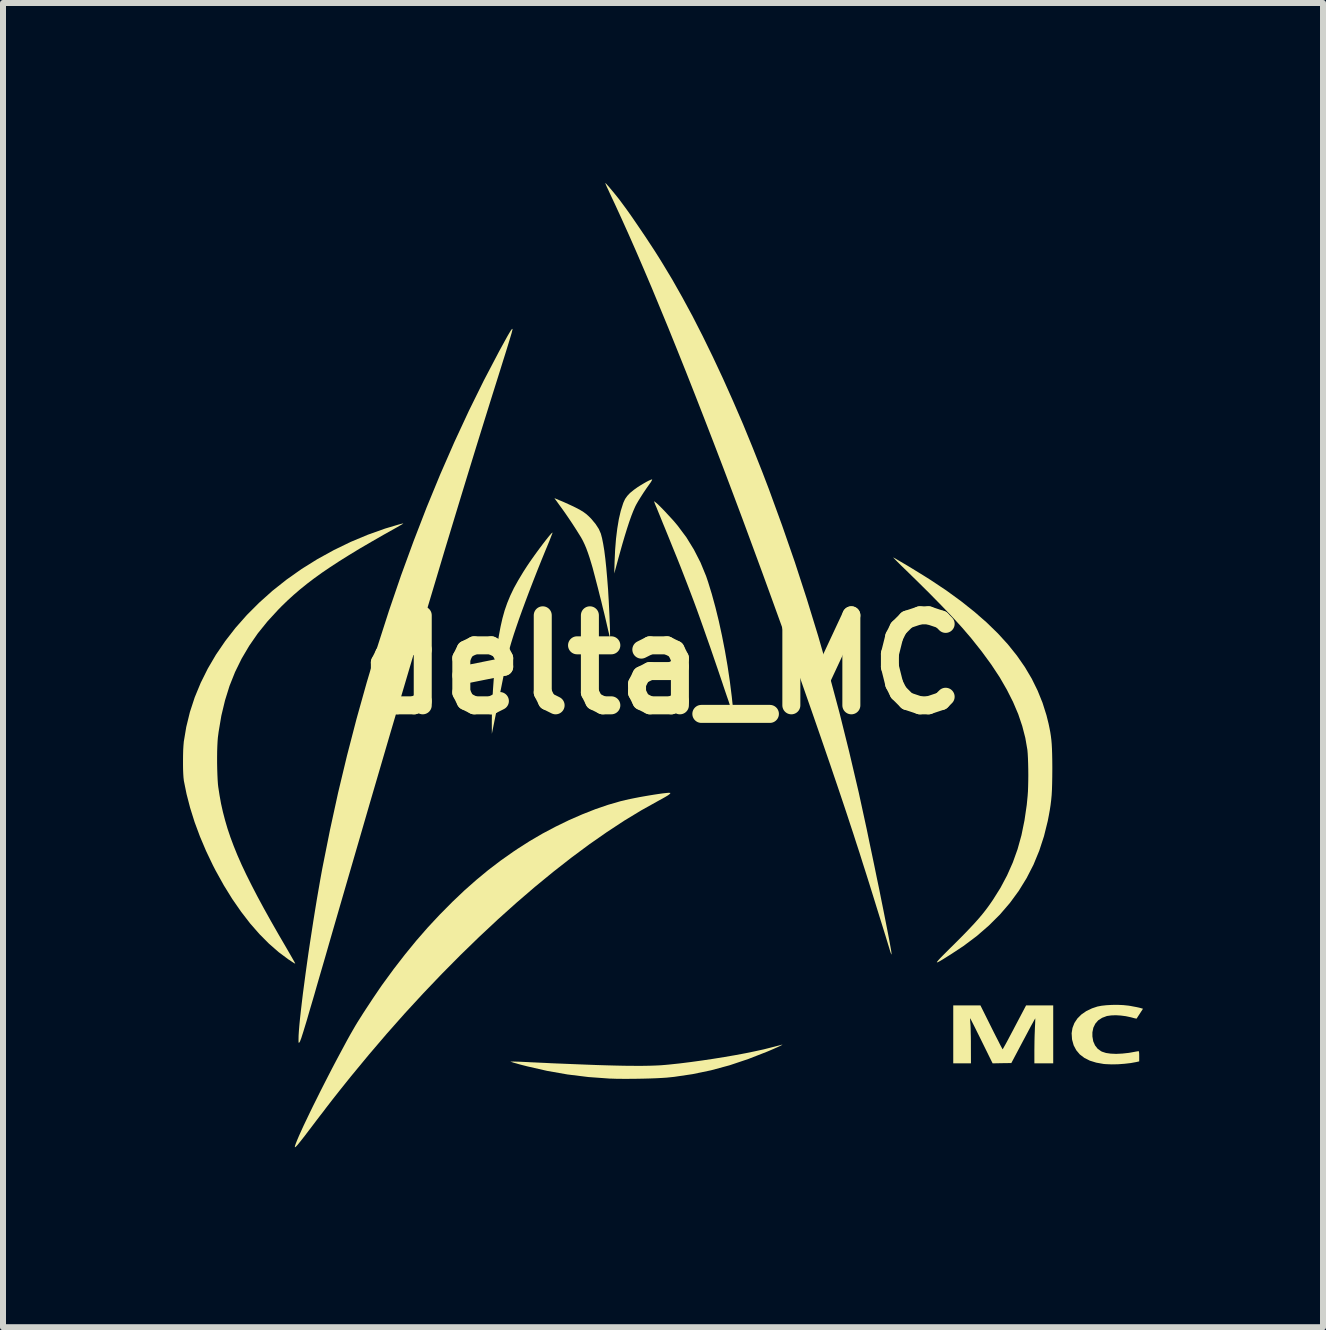
<source format=kicad_pcb>
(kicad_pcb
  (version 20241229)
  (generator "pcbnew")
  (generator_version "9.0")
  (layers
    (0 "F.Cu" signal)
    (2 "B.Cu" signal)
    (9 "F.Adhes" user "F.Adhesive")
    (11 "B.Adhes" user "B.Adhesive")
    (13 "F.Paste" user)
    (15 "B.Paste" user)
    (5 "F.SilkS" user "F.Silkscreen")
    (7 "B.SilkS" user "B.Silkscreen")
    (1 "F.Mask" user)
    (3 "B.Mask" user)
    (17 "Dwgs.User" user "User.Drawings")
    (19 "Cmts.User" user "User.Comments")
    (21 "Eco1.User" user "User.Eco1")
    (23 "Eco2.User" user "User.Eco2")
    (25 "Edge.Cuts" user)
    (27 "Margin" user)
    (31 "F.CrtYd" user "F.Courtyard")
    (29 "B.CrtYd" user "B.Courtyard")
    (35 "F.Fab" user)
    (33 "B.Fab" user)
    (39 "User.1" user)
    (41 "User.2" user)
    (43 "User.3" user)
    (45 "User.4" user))
  (footprint "delta_MC"
    (layer "F.Cu")
    (at 7.995 8.026)
    (property "Reference" "delta_MC" (at 0 0 0) (layer "F.SilkS") (effects (font (size 1.5 1.5) (thickness 0.3))))
    (attr board_only exclude_from_pos_files exclude_from_bom)
    (fp_poly (pts (xy -0.869 -0.442) (xy -0.874 -0.437) (xy -0.879 -0.442) (xy -0.874 -0.447)) (stroke (width 0) (type solid)) (fill yes) (layer "F.SilkS"))
    (fp_poly (pts (xy -0.177 -3.087) (xy -0.178 -3.078) (xy -0.189 -3.057) (xy -0.207 -3.028) (xy -0.212 -3.022) (xy -0.268 -2.943) (xy -0.321 -2.865) (xy -0.369 -2.79) (xy -0.411 -2.722) (xy -0.444 -2.664) (xy -0.461 -2.63) (xy -0.492 -2.559) (xy -0.524 -2.477) (xy -0.558 -2.381) (xy -0.594 -2.271) (xy -0.633 -2.145) (xy -0.675 -2.003) (xy -0.72 -1.842) (xy -0.742 -1.763) (xy -0.808 -1.519) (xy -0.803 -1.712) (xy -0.794 -1.911) (xy -0.779 -2.097) (xy -0.758 -2.268) (xy -0.732 -2.424) (xy -0.7 -2.562) (xy -0.662 -2.682) (xy -0.654 -2.704) (xy -0.628 -2.76) (xy -0.592 -2.811) (xy -0.546 -2.86) (xy -0.484 -2.911) (xy -0.418 -2.958) (xy -0.369 -2.989) (xy -0.319 -3.019) (xy -0.272 -3.046) (xy -0.231 -3.067) (xy -0.199 -3.081) (xy -0.179 -3.087)) (stroke (width 0) (type solid)) (fill yes) (layer "F.SilkS"))
    (fp_poly (pts (xy -1.839 -2.191) (xy -1.849 -2.165) (xy -1.865 -2.124) (xy -1.885 -2.072) (xy -1.91 -2.011) (xy -1.938 -1.943) (xy -1.945 -1.927) (xy -2.017 -1.751) (xy -2.088 -1.574) (xy -2.157 -1.398) (xy -2.223 -1.227) (xy -2.285 -1.062) (xy -2.343 -0.905) (xy -2.396 -0.758) (xy -2.442 -0.624) (xy -2.482 -0.505) (xy -2.508 -0.422) (xy -2.521 -0.38) (xy -2.533 -0.34) (xy -2.544 -0.301) (xy -2.555 -0.26) (xy -2.566 -0.216) (xy -2.577 -0.168) (xy -2.59 -0.113) (xy -2.604 -0.05) (xy -2.619 0.024) (xy -2.637 0.109) (xy -2.657 0.207) (xy -2.68 0.321) (xy -2.706 0.451) (xy -2.728 0.559) (xy -2.848 1.153) (xy -2.849 0.96) (xy -2.847 0.795) (xy -2.841 0.615) (xy -2.83 0.425) (xy -2.816 0.231) (xy -2.798 0.036) (xy -2.778 -0.153) (xy -2.754 -0.332) (xy -2.733 -0.472) (xy -2.704 -0.628) (xy -2.672 -0.77) (xy -2.635 -0.903) (xy -2.591 -1.029) (xy -2.54 -1.152) (xy -2.48 -1.277) (xy -2.408 -1.406) (xy -2.325 -1.544) (xy -2.266 -1.636) (xy -2.227 -1.694) (xy -2.184 -1.756) (xy -2.138 -1.821) (xy -2.09 -1.887) (xy -2.042 -1.952) (xy -1.996 -2.013) (xy -1.953 -2.069) (xy -1.914 -2.118) (xy -1.882 -2.157) (xy -1.857 -2.185) (xy -1.841 -2.199) (xy -1.837 -2.201)) (stroke (width 0) (type solid)) (fill yes) (layer "F.SilkS"))
    (fp_poly (pts (xy -0.119 -2.704) (xy -0.096 -2.685) (xy -0.063 -2.654) (xy -0.022 -2.613) (xy 0.025 -2.565) (xy 0.074 -2.512) (xy 0.124 -2.458) (xy 0.172 -2.406) (xy 0.214 -2.357) (xy 0.248 -2.316) (xy 0.393 -2.122) (xy 0.519 -1.917) (xy 0.629 -1.702) (xy 0.722 -1.476) (xy 0.755 -1.379) (xy 0.817 -1.177) (xy 0.877 -0.958) (xy 0.934 -0.726) (xy 0.987 -0.482) (xy 1.036 -0.232) (xy 1.08 0.023) (xy 1.118 0.279) (xy 1.15 0.533) (xy 1.162 0.646) (xy 1.17 0.718) (xy 1.174 0.772) (xy 1.177 0.808) (xy 1.177 0.828) (xy 1.175 0.833) (xy 1.17 0.825) (xy 1.169 0.822) (xy 1.165 0.81) (xy 1.155 0.78) (xy 1.139 0.735) (xy 1.119 0.677) (xy 1.096 0.606) (xy 1.068 0.526) (xy 1.038 0.438) (xy 1.006 0.343) (xy 0.997 0.315) (xy 0.924 0.099) (xy 0.856 -0.099) (xy 0.793 -0.283) (xy 0.733 -0.453) (xy 0.677 -0.613) (xy 0.623 -0.765) (xy 0.571 -0.91) (xy 0.519 -1.051) (xy 0.466 -1.191) (xy 0.413 -1.33) (xy 0.358 -1.472) (xy 0.301 -1.619) (xy 0.24 -1.772) (xy 0.174 -1.934) (xy 0.104 -2.107) (xy 0.028 -2.294) (xy 0.01 -2.337) (xy -0.022 -2.416) (xy -0.052 -2.49) (xy -0.079 -2.556) (xy -0.102 -2.613) (xy -0.121 -2.657) (xy -0.133 -2.688) (xy -0.138 -2.701) (xy -0.147 -2.724)) (stroke (width 0) (type solid)) (fill yes) (layer "F.SilkS"))
    (fp_poly (pts (xy -1.772 -2.76) (xy -1.661 -2.714) (xy -1.568 -2.672) (xy -1.49 -2.636) (xy -1.424 -2.603) (xy -1.368 -2.572) (xy -1.321 -2.543) (xy -1.28 -2.513) (xy -1.243 -2.481) (xy -1.208 -2.447) (xy -1.19 -2.428) (xy -1.118 -2.341) (xy -1.065 -2.259) (xy -1.032 -2.183) (xy -1.012 -2.108) (xy -0.993 -2.013) (xy -0.974 -1.898) (xy -0.957 -1.763) (xy -0.941 -1.61) (xy -0.926 -1.437) (xy -0.911 -1.246) (xy -0.905 -1.138) (xy -0.9 -1.059) (xy -0.896 -0.976) (xy -0.892 -0.892) (xy -0.888 -0.809) (xy -0.885 -0.729) (xy -0.882 -0.655) (xy -0.88 -0.589) (xy -0.879 -0.534) (xy -0.878 -0.492) (xy -0.879 -0.466) (xy -0.88 -0.457) (xy -0.884 -0.467) (xy -0.891 -0.492) (xy -0.9 -0.531) (xy -0.912 -0.58) (xy -0.918 -0.607) (xy -0.934 -0.677) (xy -0.953 -0.759) (xy -0.975 -0.852) (xy -1 -0.951) (xy -1.025 -1.056) (xy -1.052 -1.161) (xy -1.078 -1.266) (xy -1.104 -1.365) (xy -1.128 -1.458) (xy -1.15 -1.541) (xy -1.168 -1.61) (xy -1.184 -1.664) (xy -1.188 -1.678) (xy -1.219 -1.78) (xy -1.248 -1.866) (xy -1.275 -1.939) (xy -1.302 -2.003) (xy -1.33 -2.062) (xy -1.361 -2.119) (xy -1.381 -2.151) (xy -1.439 -2.244) (xy -1.502 -2.342) (xy -1.567 -2.439) (xy -1.63 -2.531) (xy -1.687 -2.611) (xy -1.691 -2.616) (xy -1.721 -2.657) (xy -1.749 -2.696) (xy -1.771 -2.727) (xy -1.782 -2.741) (xy -1.806 -2.775)) (stroke (width 0) (type solid)) (fill yes) (layer "F.SilkS"))
    (fp_poly (pts (xy 5.476 6.045) (xy 5.516 6.125) (xy 5.553 6.198) (xy 5.587 6.264) (xy 5.615 6.32) (xy 5.638 6.364) (xy 5.655 6.395) (xy 5.663 6.41) (xy 5.664 6.411) (xy 5.67 6.402) (xy 5.684 6.377) (xy 5.706 6.338) (xy 5.734 6.287) (xy 5.767 6.225) (xy 5.804 6.155) (xy 5.845 6.078) (xy 5.862 6.045) (xy 6.055 5.679) (xy 6.281 5.679) (xy 6.507 5.679) (xy 6.507 6.162) (xy 6.507 6.645) (xy 6.35 6.645) (xy 6.193 6.645) (xy 6.193 6.424) (xy 6.194 6.346) (xy 6.195 6.263) (xy 6.197 6.182) (xy 6.2 6.109) (xy 6.202 6.05) (xy 6.205 5.997) (xy 6.207 5.951) (xy 6.208 5.917) (xy 6.208 5.898) (xy 6.208 5.895) (xy 6.203 5.903) (xy 6.189 5.927) (xy 6.168 5.966) (xy 6.14 6.016) (xy 6.107 6.078) (xy 6.07 6.148) (xy 6.029 6.225) (xy 6.007 6.266) (xy 5.809 6.64) (xy 5.653 6.642) (xy 5.497 6.645) (xy 5.311 6.267) (xy 5.271 6.186) (xy 5.234 6.112) (xy 5.201 6.045) (xy 5.172 5.988) (xy 5.149 5.943) (xy 5.133 5.911) (xy 5.124 5.895) (xy 5.122 5.894) (xy 5.122 5.905) (xy 5.123 5.932) (xy 5.125 5.969) (xy 5.127 5.984) (xy 5.129 6.018) (xy 5.131 6.068) (xy 5.132 6.131) (xy 5.134 6.203) (xy 5.135 6.281) (xy 5.135 6.358) (xy 5.136 6.645) (xy 4.989 6.645) (xy 4.841 6.645) (xy 4.841 6.162) (xy 4.841 5.679) (xy 5.067 5.679) (xy 5.294 5.679)) (stroke (width 0) (type solid)) (fill yes) (layer "F.SilkS"))
    (fp_poly (pts (xy 1.984 6.34) (xy 1.958 6.354) (xy 1.917 6.373) (xy 1.863 6.397) (xy 1.796 6.426) (xy 1.742 6.449) (xy 1.427 6.572) (xy 1.114 6.677) (xy 0.803 6.761) (xy 0.495 6.825) (xy 0.19 6.87) (xy 0.064 6.883) (xy -0.014 6.888) (xy -0.109 6.893) (xy -0.215 6.897) (xy -0.329 6.9) (xy -0.446 6.902) (xy -0.562 6.903) (xy -0.673 6.903) (xy -0.775 6.902) (xy -0.863 6.899) (xy -0.881 6.899) (xy -1.239 6.873) (xy -1.588 6.83) (xy -1.929 6.77) (xy -2.266 6.693) (xy -2.276 6.69) (xy -2.336 6.675) (xy -2.393 6.66) (xy -2.441 6.646) (xy -2.478 6.636) (xy -2.494 6.631) (xy -2.54 6.616) (xy -2.484 6.615) (xy -2.455 6.616) (xy -2.411 6.617) (xy -2.355 6.619) (xy -2.294 6.622) (xy -2.25 6.624) (xy -2.196 6.627) (xy -2.126 6.63) (xy -2.043 6.634) (xy -1.952 6.638) (xy -1.857 6.643) (xy -1.762 6.647) (xy -1.707 6.649) (xy -1.486 6.658) (xy -1.283 6.666) (xy -1.099 6.673) (xy -0.931 6.678) (xy -0.778 6.682) (xy -0.639 6.685) (xy -0.514 6.686) (xy -0.4 6.687) (xy -0.296 6.686) (xy -0.201 6.684) (xy -0.115 6.681) (xy -0.034 6.677) (xy 0.04 6.671) (xy 0.105 6.665) (xy 0.283 6.646) (xy 0.467 6.623) (xy 0.655 6.597) (xy 0.843 6.569) (xy 1.029 6.539) (xy 1.209 6.508) (xy 1.38 6.476) (xy 1.54 6.443) (xy 1.686 6.411) (xy 1.808 6.38) (xy 1.863 6.366) (xy 1.913 6.353) (xy 1.953 6.343) (xy 1.979 6.336) (xy 1.986 6.334) (xy 1.994 6.334)) (stroke (width 0) (type solid)) (fill yes) (layer "F.SilkS"))
    (fp_poly (pts (xy 7.674 5.674) (xy 7.761 5.683) (xy 7.793 5.688) (xy 7.845 5.698) (xy 7.894 5.707) (xy 7.935 5.716) (xy 7.959 5.722) (xy 8.003 5.735) (xy 7.95 5.817) (xy 7.927 5.852) (xy 7.909 5.88) (xy 7.898 5.897) (xy 7.895 5.9) (xy 7.885 5.898) (xy 7.86 5.893) (xy 7.824 5.883) (xy 7.797 5.876) (xy 7.717 5.859) (xy 7.632 5.848) (xy 7.549 5.843) (xy 7.473 5.846) (xy 7.409 5.855) (xy 7.402 5.856) (xy 7.322 5.886) (xy 7.257 5.928) (xy 7.209 5.983) (xy 7.176 6.05) (xy 7.16 6.128) (xy 7.16 6.196) (xy 7.174 6.278) (xy 7.204 6.346) (xy 7.248 6.402) (xy 7.307 6.444) (xy 7.325 6.452) (xy 7.387 6.472) (xy 7.465 6.483) (xy 7.557 6.487) (xy 7.659 6.482) (xy 7.769 6.47) (xy 7.847 6.456) (xy 7.885 6.449) (xy 7.915 6.444) (xy 7.931 6.442) (xy 7.932 6.441) (xy 7.936 6.451) (xy 7.939 6.476) (xy 7.94 6.512) (xy 7.94 6.527) (xy 7.94 6.612) (xy 7.892 6.623) (xy 7.799 6.64) (xy 7.695 6.652) (xy 7.587 6.66) (xy 7.481 6.662) (xy 7.384 6.658) (xy 7.347 6.655) (xy 7.224 6.633) (xy 7.117 6.6) (xy 7.026 6.554) (xy 6.95 6.496) (xy 6.891 6.426) (xy 6.848 6.345) (xy 6.822 6.252) (xy 6.82 6.237) (xy 6.814 6.143) (xy 6.828 6.055) (xy 6.86 5.972) (xy 6.91 5.897) (xy 6.976 5.831) (xy 7.058 5.774) (xy 7.154 5.728) (xy 7.244 5.698) (xy 7.312 5.685) (xy 7.394 5.676) (xy 7.485 5.671) (xy 7.58 5.67)) (stroke (width 0) (type solid)) (fill yes) (layer "F.SilkS"))
    (fp_poly (pts (xy -2.505 -5.594) (xy -2.504 -5.589) (xy -2.506 -5.578) (xy -2.511 -5.557) (xy -2.519 -5.525) (xy -2.532 -5.482) (xy -2.549 -5.425) (xy -2.57 -5.356) (xy -2.596 -5.271) (xy -2.627 -5.171) (xy -2.664 -5.054) (xy -2.706 -4.919) (xy -2.743 -4.801) (xy -2.859 -4.432) (xy -2.978 -4.05) (xy -3.101 -3.654) (xy -3.227 -3.244) (xy -3.357 -2.819) (xy -3.491 -2.378) (xy -3.629 -1.923) (xy -3.77 -1.451) (xy -3.916 -0.963) (xy -4.067 -0.459) (xy -4.221 0.062) (xy -4.38 0.6) (xy -4.544 1.155) (xy -4.712 1.729) (xy -4.885 2.32) (xy -5.062 2.93) (xy -5.245 3.559) (xy -5.433 4.207) (xy -5.502 4.445) (xy -5.566 4.667) (xy -5.624 4.869) (xy -5.678 5.054) (xy -5.727 5.222) (xy -5.771 5.374) (xy -5.81 5.511) (xy -5.846 5.633) (xy -5.878 5.741) (xy -5.906 5.837) (xy -5.93 5.921) (xy -5.952 5.993) (xy -5.971 6.055) (xy -5.987 6.108) (xy -6.001 6.152) (xy -6.013 6.189) (xy -6.022 6.218) (xy -6.031 6.242) (xy -6.038 6.26) (xy -6.043 6.274) (xy -6.048 6.284) (xy -6.053 6.291) (xy -6.056 6.296) (xy -6.063 6.304) (xy -6.068 6.3) (xy -6.07 6.282) (xy -6.07 6.248) (xy -6.069 6.186) (xy -6.064 6.106) (xy -6.056 6.009) (xy -6.045 5.897) (xy -6.031 5.771) (xy -6.015 5.633) (xy -5.997 5.483) (xy -5.976 5.325) (xy -5.954 5.159) (xy -5.93 4.986) (xy -5.905 4.809) (xy -5.878 4.629) (xy -5.85 4.447) (xy -5.822 4.265) (xy -5.793 4.085) (xy -5.764 3.908) (xy -5.734 3.735) (xy -5.705 3.568) (xy -5.676 3.409) (xy -5.669 3.373) (xy -5.545 2.752) (xy -5.41 2.133) (xy -5.262 1.516) (xy -5.103 0.903) (xy -4.933 0.296) (xy -4.753 -0.306) (xy -4.562 -0.9) (xy -4.362 -1.485) (xy -4.152 -2.059) (xy -3.934 -2.623) (xy -3.707 -3.174) (xy -3.472 -3.711) (xy -3.23 -4.232) (xy -2.981 -4.737) (xy -2.725 -5.225) (xy -2.629 -5.4) (xy -2.59 -5.471) (xy -2.559 -5.524) (xy -2.536 -5.562) (xy -2.519 -5.586) (xy -2.509 -5.596)) (stroke (width 0) (type solid)) (fill yes) (layer "F.SilkS"))
    (fp_poly (pts (xy 0.119 2.137) (xy 0.125 2.138) (xy 0.125 2.147) (xy 0.113 2.159) (xy 0.088 2.178) (xy 0.048 2.202) (xy -0.008 2.234) (xy -0.08 2.273) (xy -0.083 2.275) (xy -0.359 2.429) (xy -0.641 2.6) (xy -0.93 2.79) (xy -1.224 2.995) (xy -1.523 3.217) (xy -1.826 3.454) (xy -2.132 3.705) (xy -2.44 3.97) (xy -2.75 4.248) (xy -3.061 4.539) (xy -3.372 4.841) (xy -3.682 5.154) (xy -3.991 5.478) (xy -4.297 5.81) (xy -4.6 6.152) (xy -4.899 6.502) (xy -5.194 6.859) (xy -5.283 6.97) (xy -5.335 7.035) (xy -5.383 7.095) (xy -5.427 7.151) (xy -5.47 7.205) (xy -5.513 7.26) (xy -5.557 7.317) (xy -5.605 7.379) (xy -5.657 7.448) (xy -5.717 7.525) (xy -5.784 7.613) (xy -5.861 7.715) (xy -5.905 7.772) (xy -5.966 7.853) (xy -6.017 7.918) (xy -6.057 7.968) (xy -6.087 8.005) (xy -6.109 8.028) (xy -6.123 8.041) (xy -6.13 8.042) (xy -6.132 8.038) (xy -6.127 8.015) (xy -6.113 7.975) (xy -6.091 7.92) (xy -6.062 7.852) (xy -6.026 7.772) (xy -5.984 7.68) (xy -5.936 7.58) (xy -5.884 7.471) (xy -5.828 7.356) (xy -5.768 7.236) (xy -5.707 7.113) (xy -5.643 6.987) (xy -5.578 6.86) (xy -5.513 6.734) (xy -5.448 6.61) (xy -5.384 6.49) (xy -5.322 6.375) (xy -5.263 6.265) (xy -5.207 6.164) (xy -5.154 6.072) (xy -5.118 6.01) (xy -5.086 5.957) (xy -5.044 5.891) (xy -4.996 5.815) (xy -4.942 5.732) (xy -4.886 5.647) (xy -4.83 5.562) (xy -4.775 5.481) (xy -4.725 5.407) (xy -4.681 5.343) (xy -4.673 5.332) (xy -4.483 5.072) (xy -4.294 4.828) (xy -4.105 4.597) (xy -3.913 4.377) (xy -3.714 4.164) (xy -3.506 3.954) (xy -3.504 3.952) (xy -3.304 3.762) (xy -3.107 3.588) (xy -2.91 3.425) (xy -2.707 3.27) (xy -2.493 3.119) (xy -2.423 3.072) (xy -2.218 2.941) (xy -2.004 2.816) (xy -1.785 2.7) (xy -1.563 2.592) (xy -1.341 2.495) (xy -1.123 2.409) (xy -0.91 2.336) (xy -0.706 2.277) (xy -0.619 2.256) (xy -0.547 2.24) (xy -0.468 2.224) (xy -0.386 2.208) (xy -0.301 2.193) (xy -0.219 2.179) (xy -0.139 2.166) (xy -0.066 2.155) (xy -0.001 2.146) (xy 0.053 2.14) (xy 0.094 2.136)) (stroke (width 0) (type solid)) (fill yes) (layer "F.SilkS"))
    (fp_poly (pts (xy -0.948 -8.019) (xy -0.929 -7.998) (xy -0.902 -7.968) (xy -0.87 -7.93) (xy -0.834 -7.887) (xy -0.798 -7.843) (xy -0.763 -7.8) (xy -0.732 -7.761) (xy -0.725 -7.752) (xy -0.668 -7.675) (xy -0.601 -7.584) (xy -0.528 -7.481) (xy -0.451 -7.369) (xy -0.37 -7.25) (xy -0.288 -7.129) (xy -0.208 -7.007) (xy -0.13 -6.888) (xy -0.058 -6.774) (xy -0.009 -6.695) (xy 0.158 -6.418) (xy 0.326 -6.121) (xy 0.496 -5.807) (xy 0.665 -5.476) (xy 0.834 -5.13) (xy 1.003 -4.769) (xy 1.17 -4.396) (xy 1.336 -4.012) (xy 1.498 -3.617) (xy 1.658 -3.213) (xy 1.766 -2.931) (xy 1.988 -2.322) (xy 2.2 -1.711) (xy 2.4 -1.096) (xy 2.591 -0.474) (xy 2.772 0.157) (xy 2.944 0.798) (xy 3.107 1.453) (xy 3.264 2.122) (xy 3.398 2.738) (xy 3.443 2.956) (xy 3.487 3.165) (xy 3.529 3.366) (xy 3.568 3.557) (xy 3.606 3.738) (xy 3.64 3.909) (xy 3.672 4.067) (xy 3.701 4.213) (xy 3.727 4.345) (xy 3.75 4.463) (xy 3.77 4.566) (xy 3.786 4.654) (xy 3.799 4.725) (xy 3.808 4.778) (xy 3.812 4.814) (xy 3.813 4.831) (xy 3.813 4.832) (xy 3.808 4.825) (xy 3.799 4.804) (xy 3.792 4.783) (xy 3.714 4.527) (xy 3.64 4.289) (xy 3.571 4.067) (xy 3.507 3.86) (xy 3.446 3.664) (xy 3.388 3.48) (xy 3.332 3.305) (xy 3.279 3.136) (xy 3.226 2.974) (xy 3.175 2.815) (xy 3.123 2.658) (xy 3.072 2.502) (xy 3.019 2.343) (xy 2.965 2.182) (xy 2.909 2.016) (xy 2.85 1.843) (xy 2.799 1.692) (xy 2.638 1.224) (xy 2.476 0.757) (xy 2.313 0.292) (xy 2.15 -0.171) (xy 1.986 -0.631) (xy 1.821 -1.087) (xy 1.657 -1.538) (xy 1.493 -1.983) (xy 1.331 -2.422) (xy 1.169 -2.854) (xy 1.009 -3.278) (xy 0.85 -3.693) (xy 0.693 -4.099) (xy 0.539 -4.494) (xy 0.388 -4.877) (xy 0.239 -5.249) (xy 0.094 -5.608) (xy -0.048 -5.952) (xy -0.185 -6.283) (xy -0.319 -6.598) (xy -0.448 -6.897) (xy -0.572 -7.178) (xy -0.691 -7.442) (xy -0.804 -7.688) (xy -0.808 -7.696) (xy -0.849 -7.783) (xy -0.882 -7.854) (xy -0.907 -7.909) (xy -0.927 -7.951) (xy -0.941 -7.982) (xy -0.95 -8.004) (xy -0.955 -8.017) (xy -0.957 -8.024) (xy -0.957 -8.026) (xy -0.956 -8.026)) (stroke (width 0) (type solid)) (fill yes) (layer "F.SilkS"))
    (fp_poly (pts (xy -4.323 -2.352) (xy -4.331 -2.346) (xy -4.354 -2.332) (xy -4.388 -2.313) (xy -4.427 -2.29) (xy -4.652 -2.164) (xy -4.859 -2.045) (xy -5.051 -1.933) (xy -5.227 -1.826) (xy -5.39 -1.724) (xy -5.54 -1.626) (xy -5.68 -1.531) (xy -5.809 -1.438) (xy -5.93 -1.346) (xy -6.044 -1.254) (xy -6.151 -1.162) (xy -6.254 -1.068) (xy -6.353 -0.972) (xy -6.406 -0.918) (xy -6.587 -0.721) (xy -6.75 -0.519) (xy -6.893 -0.312) (xy -7.019 -0.098) (xy -7.128 0.124) (xy -7.22 0.355) (xy -7.295 0.596) (xy -7.356 0.85) (xy -7.401 1.116) (xy -7.414 1.214) (xy -7.419 1.276) (xy -7.423 1.354) (xy -7.426 1.444) (xy -7.427 1.541) (xy -7.427 1.641) (xy -7.425 1.741) (xy -7.422 1.835) (xy -7.418 1.921) (xy -7.413 1.994) (xy -7.408 2.037) (xy -7.386 2.179) (xy -7.361 2.318) (xy -7.33 2.456) (xy -7.294 2.594) (xy -7.253 2.734) (xy -7.205 2.877) (xy -7.15 3.024) (xy -7.088 3.177) (xy -7.018 3.336) (xy -6.939 3.503) (xy -6.851 3.679) (xy -6.754 3.866) (xy -6.647 4.064) (xy -6.529 4.276) (xy -6.4 4.502) (xy -6.313 4.651) (xy -6.27 4.725) (xy -6.23 4.794) (xy -6.195 4.855) (xy -6.166 4.906) (xy -6.143 4.946) (xy -6.129 4.973) (xy -6.124 4.984) (xy -6.124 4.984) (xy -6.133 4.98) (xy -6.156 4.967) (xy -6.188 4.946) (xy -6.228 4.919) (xy -6.234 4.916) (xy -6.398 4.794) (xy -6.561 4.652) (xy -6.72 4.492) (xy -6.876 4.314) (xy -7.027 4.118) (xy -7.174 3.906) (xy -7.315 3.678) (xy -7.45 3.435) (xy -7.498 3.342) (xy -7.611 3.105) (xy -7.713 2.864) (xy -7.802 2.624) (xy -7.876 2.388) (xy -7.936 2.157) (xy -7.981 1.935) (xy -7.982 1.925) (xy -7.987 1.881) (xy -7.991 1.821) (xy -7.994 1.748) (xy -7.995 1.668) (xy -7.995 1.584) (xy -7.994 1.501) (xy -7.992 1.423) (xy -7.988 1.354) (xy -7.983 1.297) (xy -7.983 1.29) (xy -7.941 1.039) (xy -7.88 0.79) (xy -7.8 0.545) (xy -7.7 0.303) (xy -7.582 0.066) (xy -7.446 -0.166) (xy -7.291 -0.393) (xy -7.12 -0.613) (xy -6.931 -0.827) (xy -6.726 -1.032) (xy -6.505 -1.23) (xy -6.269 -1.417) (xy -6.02 -1.593) (xy -5.757 -1.757) (xy -5.483 -1.908) (xy -5.201 -2.045) (xy -4.914 -2.165) (xy -4.625 -2.268) (xy -4.397 -2.336) (xy -4.362 -2.345) (xy -4.336 -2.351) (xy -4.323 -2.352)) (stroke (width 0) (type solid)) (fill yes) (layer "F.SilkS"))
    (fp_poly (pts (xy 3.849 -1.782) (xy 3.874 -1.769) (xy 3.911 -1.747) (xy 3.959 -1.719) (xy 4.015 -1.686) (xy 4.078 -1.649) (xy 4.144 -1.609) (xy 4.212 -1.567) (xy 4.279 -1.526) (xy 4.344 -1.486) (xy 4.403 -1.449) (xy 4.455 -1.416) (xy 4.463 -1.411) (xy 4.727 -1.235) (xy 4.97 -1.058) (xy 5.194 -0.88) (xy 5.399 -0.701) (xy 5.585 -0.52) (xy 5.753 -0.336) (xy 5.902 -0.15) (xy 6.034 0.04) (xy 6.149 0.234) (xy 6.247 0.433) (xy 6.329 0.636) (xy 6.395 0.845) (xy 6.43 0.986) (xy 6.445 1.058) (xy 6.458 1.125) (xy 6.468 1.19) (xy 6.476 1.255) (xy 6.482 1.324) (xy 6.486 1.4) (xy 6.489 1.486) (xy 6.491 1.584) (xy 6.492 1.699) (xy 6.492 1.742) (xy 6.491 1.872) (xy 6.489 1.984) (xy 6.486 2.084) (xy 6.481 2.174) (xy 6.473 2.258) (xy 6.463 2.34) (xy 6.45 2.424) (xy 6.434 2.513) (xy 6.416 2.606) (xy 6.353 2.86) (xy 6.274 3.102) (xy 6.178 3.335) (xy 6.064 3.557) (xy 5.933 3.77) (xy 5.785 3.972) (xy 5.618 4.166) (xy 5.434 4.349) (xy 5.232 4.524) (xy 5.012 4.689) (xy 4.8 4.829) (xy 4.731 4.872) (xy 4.674 4.908) (xy 4.629 4.935) (xy 4.596 4.953) (xy 4.576 4.962) (xy 4.568 4.961) (xy 4.574 4.949) (xy 4.592 4.927) (xy 4.624 4.892) (xy 4.67 4.845) (xy 4.729 4.786) (xy 4.803 4.712) (xy 4.863 4.653) (xy 4.966 4.55) (xy 5.056 4.458) (xy 5.134 4.376) (xy 5.203 4.302) (xy 5.264 4.233) (xy 5.32 4.167) (xy 5.371 4.103) (xy 5.42 4.038) (xy 5.468 3.97) (xy 5.501 3.922) (xy 5.628 3.72) (xy 5.738 3.513) (xy 5.833 3.299) (xy 5.913 3.076) (xy 5.978 2.842) (xy 6.028 2.597) (xy 6.066 2.338) (xy 6.081 2.184) (xy 6.086 2.113) (xy 6.089 2.029) (xy 6.091 1.936) (xy 6.092 1.839) (xy 6.091 1.741) (xy 6.089 1.647) (xy 6.086 1.56) (xy 6.082 1.485) (xy 6.077 1.425) (xy 6.076 1.417) (xy 6.042 1.221) (xy 5.991 1.024) (xy 5.924 0.825) (xy 5.838 0.623) (xy 5.735 0.419) (xy 5.615 0.211) (xy 5.475 -0.001) (xy 5.317 -0.217) (xy 5.141 -0.439) (xy 4.99 -0.615) (xy 4.923 -0.689) (xy 4.843 -0.776) (xy 4.753 -0.871) (xy 4.655 -0.974) (xy 4.55 -1.081) (xy 4.442 -1.191) (xy 4.331 -1.301) (xy 4.222 -1.409) (xy 4.156 -1.473) (xy 4.09 -1.538) (xy 4.028 -1.598) (xy 3.972 -1.652) (xy 3.925 -1.699) (xy 3.886 -1.738) (xy 3.859 -1.766) (xy 3.843 -1.782) (xy 3.84 -1.786)) (stroke (width 0) (type solid)) (fill yes) (layer "F.SilkS")))
  (gr_rect
    (start -3 -3)
    (end 18.998 19.068)
    (stroke (width 0.1) (type default))
    (fill no)
    (layer "Edge.Cuts")))
</source>
